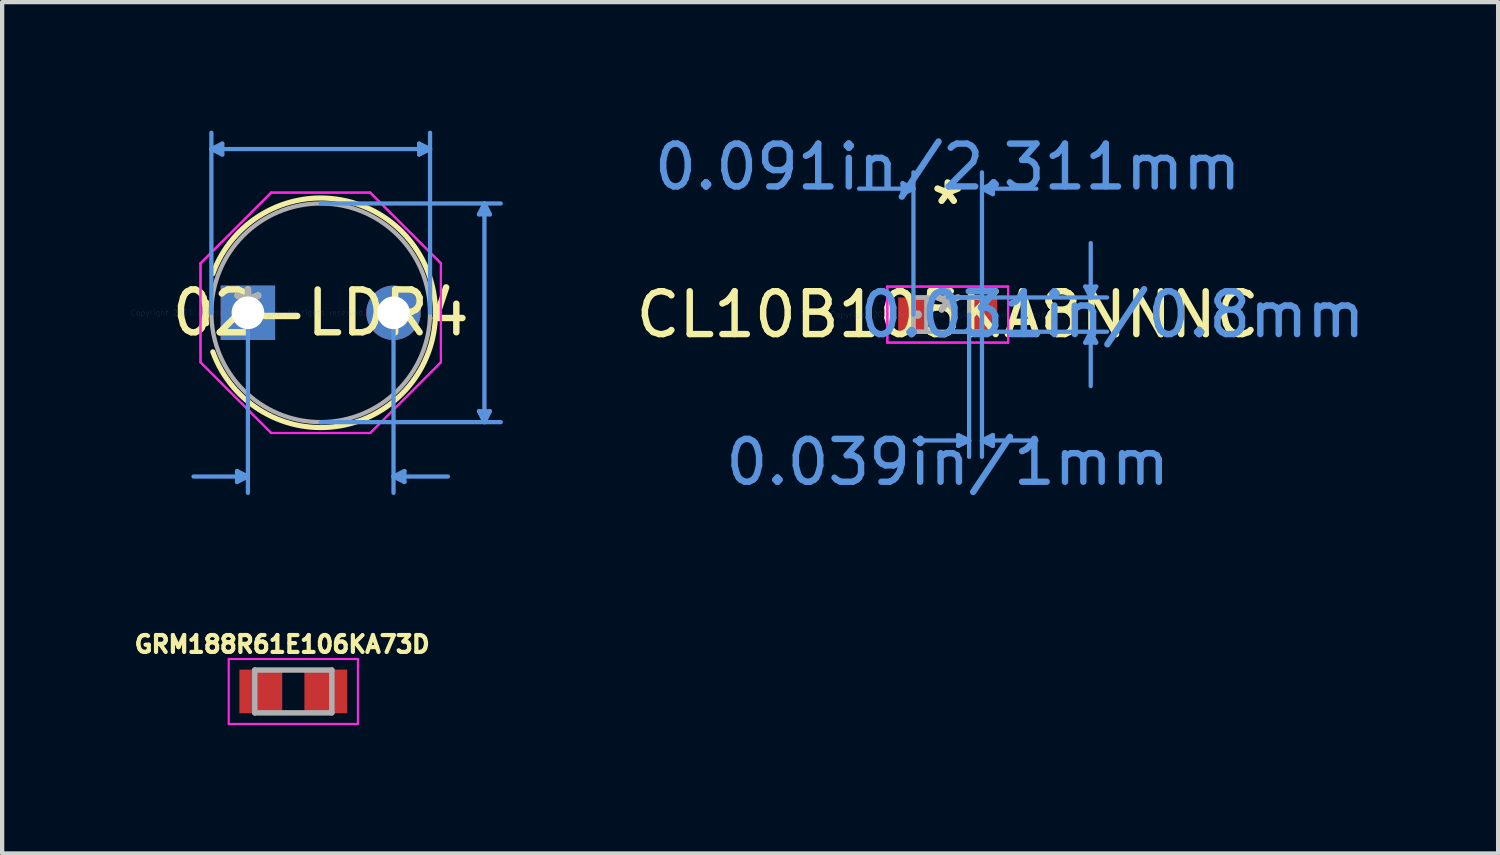
<source format=kicad_pcb>
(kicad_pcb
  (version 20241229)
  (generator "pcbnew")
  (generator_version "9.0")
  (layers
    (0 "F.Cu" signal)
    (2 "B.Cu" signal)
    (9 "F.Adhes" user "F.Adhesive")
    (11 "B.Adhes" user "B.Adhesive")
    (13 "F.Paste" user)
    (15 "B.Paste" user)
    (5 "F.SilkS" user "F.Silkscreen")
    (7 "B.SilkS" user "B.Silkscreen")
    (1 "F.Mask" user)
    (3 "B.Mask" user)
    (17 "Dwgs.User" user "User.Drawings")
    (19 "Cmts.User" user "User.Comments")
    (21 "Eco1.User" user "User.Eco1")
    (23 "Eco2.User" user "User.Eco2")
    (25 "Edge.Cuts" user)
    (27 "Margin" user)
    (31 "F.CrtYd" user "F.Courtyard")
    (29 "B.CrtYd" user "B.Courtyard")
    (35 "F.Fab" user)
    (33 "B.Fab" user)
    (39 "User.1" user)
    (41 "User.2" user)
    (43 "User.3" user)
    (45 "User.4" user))
  (footprint "02-LDR4"
    (layer "F.Cu")
    (at 2.739 4.254)
    (property "Reference" "02-LDR4" (at 1.7 0 0) (layer "F.SilkS") (effects (font (size 1 1) (thickness 0.15))))
    (attr through_hole)
    (fp_arc (start -0.96774 0.252887) (mid -0.979699 -0.000001) (end -0.96774 -0.25289) (stroke (width 0.12) (type solid)) (layer "F.SilkS"))
    (fp_arc (start -0.819851 -0.911671) (mid 2.162789 -2.639435) (end 4.3797 0) (stroke (width 0.12) (type solid)) (layer "F.SilkS"))
    (fp_arc (start 4.379699 -0.000001) (mid 2.16279 2.639434) (end -0.81985 0.911671) (stroke (width 0.12) (type solid)) (layer "F.SilkS"))
    (fp_line (start -0.853 -3.823) (end -0.599 -3.95) (stroke (width 0.1) (type solid)) (layer "Cmts.User"))
    (fp_line (start -0.853 -3.823) (end -0.599 -3.696) (stroke (width 0.1) (type solid)) (layer "Cmts.User"))
    (fp_line (start -0.853 -3.823) (end 4.253 -3.823) (stroke (width 0.1) (type solid)) (layer "Cmts.User"))
    (fp_line (start -0.853 0) (end -0.853 -4.204) (stroke (width 0.1) (type solid)) (layer "Cmts.User"))
    (fp_line (start -0.599 -3.95) (end -0.599 -3.696) (stroke (width 0.1) (type solid)) (layer "Cmts.User"))
    (fp_line (start -0.254 3.696) (end -0.254 3.95) (stroke (width 0.1) (type solid)) (layer "Cmts.User"))
    (fp_line (start 0 0) (end 0 4.204) (stroke (width 0.1) (type solid)) (layer "Cmts.User"))
    (fp_line (start 0 3.823) (end -1.27 3.823) (stroke (width 0.1) (type solid)) (layer "Cmts.User"))
    (fp_line (start 0 3.823) (end -0.254 3.696) (stroke (width 0.1) (type solid)) (layer "Cmts.User"))
    (fp_line (start 0 3.823) (end -0.254 3.95) (stroke (width 0.1) (type solid)) (layer "Cmts.User"))
    (fp_line (start 1.7 -2.553) (end 5.904 -2.553) (stroke (width 0.1) (type solid)) (layer "Cmts.User"))
    (fp_line (start 1.7 2.553) (end 5.904 2.553) (stroke (width 0.1) (type solid)) (layer "Cmts.User"))
    (fp_line (start 3.4 0) (end 3.4 4.204) (stroke (width 0.1) (type solid)) (layer "Cmts.User"))
    (fp_line (start 3.4 3.823) (end 3.654 3.696) (stroke (width 0.1) (type solid)) (layer "Cmts.User"))
    (fp_line (start 3.4 3.823) (end 3.654 3.95) (stroke (width 0.1) (type solid)) (layer "Cmts.User"))
    (fp_line (start 3.4 3.823) (end 4.67 3.823) (stroke (width 0.1) (type solid)) (layer "Cmts.User"))
    (fp_line (start 3.654 3.696) (end 3.654 3.95) (stroke (width 0.1) (type solid)) (layer "Cmts.User"))
    (fp_line (start 3.999 -3.95) (end 3.999 -3.696) (stroke (width 0.1) (type solid)) (layer "Cmts.User"))
    (fp_line (start 4.253 -3.823) (end 3.999 -3.95) (stroke (width 0.1) (type solid)) (layer "Cmts.User"))
    (fp_line (start 4.253 -3.823) (end 3.999 -3.696) (stroke (width 0.1) (type solid)) (layer "Cmts.User"))
    (fp_line (start 4.253 0) (end 4.253 -4.204) (stroke (width 0.1) (type solid)) (layer "Cmts.User"))
    (fp_line (start 5.396 -2.299) (end 5.65 -2.299) (stroke (width 0.1) (type solid)) (layer "Cmts.User"))
    (fp_line (start 5.396 2.299) (end 5.65 2.299) (stroke (width 0.1) (type solid)) (layer "Cmts.User"))
    (fp_line (start 5.523 -2.553) (end 5.396 -2.299) (stroke (width 0.1) (type solid)) (layer "Cmts.User"))
    (fp_line (start 5.523 -2.553) (end 5.523 2.553) (stroke (width 0.1) (type solid)) (layer "Cmts.User"))
    (fp_line (start 5.523 -2.553) (end 5.65 -2.299) (stroke (width 0.1) (type solid)) (layer "Cmts.User"))
    (fp_line (start 5.523 2.553) (end 5.396 2.299) (stroke (width 0.1) (type solid)) (layer "Cmts.User"))
    (fp_line (start 5.523 2.553) (end 5.65 2.299) (stroke (width 0.1) (type solid)) (layer "Cmts.User"))
    (fp_line (start -1.107 -1.156) (end 0.544 -2.807) (stroke (width 0.05) (type solid)) (layer "F.CrtYd"))
    (fp_line (start -1.107 -1.156) (end 0.544 -2.807) (stroke (width 0.05) (type solid)) (layer "F.CrtYd"))
    (fp_line (start -1.107 1.156) (end -1.107 -1.156) (stroke (width 0.05) (type solid)) (layer "F.CrtYd"))
    (fp_line (start -1.107 1.156) (end -1.107 -1.156) (stroke (width 0.05) (type solid)) (layer "F.CrtYd"))
    (fp_line (start 0.544 -2.807) (end 2.856 -2.807) (stroke (width 0.05) (type solid)) (layer "F.CrtYd"))
    (fp_line (start 0.544 -2.807) (end 2.856 -2.807) (stroke (width 0.05) (type solid)) (layer "F.CrtYd"))
    (fp_line (start 0.544 2.807) (end -1.107 1.156) (stroke (width 0.05) (type solid)) (layer "F.CrtYd"))
    (fp_line (start 0.544 2.807) (end -1.107 1.156) (stroke (width 0.05) (type solid)) (layer "F.CrtYd"))
    (fp_line (start 2.856 -2.807) (end 4.507 -1.156) (stroke (width 0.05) (type solid)) (layer "F.CrtYd"))
    (fp_line (start 2.856 -2.807) (end 4.507 -1.156) (stroke (width 0.05) (type solid)) (layer "F.CrtYd"))
    (fp_line (start 2.856 2.807) (end 0.544 2.807) (stroke (width 0.05) (type solid)) (layer "F.CrtYd"))
    (fp_line (start 2.856 2.807) (end 0.544 2.807) (stroke (width 0.05) (type solid)) (layer "F.CrtYd"))
    (fp_line (start 4.507 -1.156) (end 4.507 1.156) (stroke (width 0.05) (type solid)) (layer "F.CrtYd"))
    (fp_line (start 4.507 -1.156) (end 4.507 1.156) (stroke (width 0.05) (type solid)) (layer "F.CrtYd"))
    (fp_line (start 4.507 1.156) (end 2.856 2.807) (stroke (width 0.05) (type solid)) (layer "F.CrtYd"))
    (fp_line (start 4.507 1.156) (end 2.856 2.807) (stroke (width 0.05) (type solid)) (layer "F.CrtYd"))
    (fp_circle (center 1.7 0) (end 4.253 0) (stroke (width 0.1) (type solid)) (fill no) (layer "F.Fab"))
    (fp_text user "*" (at 0 0 0) (layer "F.SilkS") (effects (font (size 1 1) (thickness 0.15))))
    (fp_text user "Copyright 2021 Accelerated Designs. All rights reserved." (at 0 0 0) (layer "Cmts.User") (effects (font (size 0.127 0.127) (thickness 0.002))))
    (fp_text user "*" (at 0 0 0) (layer "F.Fab") (effects (font (size 1 1) (thickness 0.15))))
    (pad "1" thru_hole rect (at 0 0) (size 1.27 1.27) (drill 0.762) (layers "*.Cu" "*.Mask"))
    (pad "2" thru_hole circle (at 3.4 0) (size 1.27 1.27) (drill 0.762) (layers "*.Cu" "*.Mask")))
  (footprint "GRM188R61E106KA73D"
    (layer "F.Cu")
    (at 3.799 13.096)
    (property "Reference" "GRM188R61E106KA73D" (at -0.26 -1.1 0) (layer "F.SilkS") (effects (font (size 0.394 0.394) (thickness 0.15))))
    (attr through_hole)
    (fp_line (start -1.508 -0.758) (end 1.508 -0.758) (stroke (width 0.05) (type solid)) (layer "F.CrtYd"))
    (fp_line (start -1.508 0.758) (end -1.508 -0.758) (stroke (width 0.05) (type solid)) (layer "F.CrtYd"))
    (fp_line (start -1.508 0.758) (end 1.508 0.758) (stroke (width 0.05) (type solid)) (layer "F.CrtYd"))
    (fp_line (start 1.508 0.758) (end 1.508 -0.758) (stroke (width 0.05) (type solid)) (layer "F.CrtYd"))
    (fp_line (start -0.9 0.5) (end -0.9 -0.5) (stroke (width 0.127) (type solid)) (layer "F.Fab"))
    (fp_line (start 0.9 -0.5) (end -0.9 -0.5) (stroke (width 0.127) (type solid)) (layer "F.Fab"))
    (fp_line (start 0.9 0.5) (end -0.9 0.5) (stroke (width 0.127) (type solid)) (layer "F.Fab"))
    (fp_line (start 0.9 0.5) (end 0.9 -0.5) (stroke (width 0.127) (type solid)) (layer "F.Fab"))
    (pad "1" smd rect (at -0.759 0) (size 1 1.02) (layers "F.Cu" "F.Mask" "F.Paste"))
    (pad "2" smd rect (at 0.759 0) (size 1 1.02) (layers "F.Cu" "F.Mask" "F.Paste")))
  (footprint "CL10B105KA8NNNC"
    (layer "F.Cu")
    (at 19.08 4.296)
    (property "Reference" "CL10B105KA8NNNC" (at 0 0 0) (layer "F.SilkS") (effects (font (size 1 1) (thickness 0.15))))
    (attr through_hole)
    (fp_line (start -1.054 -3.067) (end -1.054 -2.813) (stroke (width 0.1) (type solid)) (layer "Cmts.User"))
    (fp_line (start -0.8 -2.94) (end -2.07 -2.94) (stroke (width 0.1) (type solid)) (layer "Cmts.User"))
    (fp_line (start -0.8 -2.94) (end -1.054 -3.067) (stroke (width 0.1) (type solid)) (layer "Cmts.User"))
    (fp_line (start -0.8 -2.94) (end -1.054 -2.813) (stroke (width 0.1) (type solid)) (layer "Cmts.User"))
    (fp_line (start -0.8 0) (end -0.8 -3.321) (stroke (width 0.1) (type solid)) (layer "Cmts.User"))
    (fp_line (start 0 -0.4) (end 3.721 -0.4) (stroke (width 0.1) (type solid)) (layer "Cmts.User"))
    (fp_line (start 0 0.4) (end 3.721 0.4) (stroke (width 0.1) (type solid)) (layer "Cmts.User"))
    (fp_line (start 0.246 2.813) (end 0.246 3.067) (stroke (width 0.1) (type solid)) (layer "Cmts.User"))
    (fp_line (start 0.5 0) (end 0.5 3.321) (stroke (width 0.1) (type solid)) (layer "Cmts.User"))
    (fp_line (start 0.5 2.94) (end -0.77 2.94) (stroke (width 0.1) (type solid)) (layer "Cmts.User"))
    (fp_line (start 0.5 2.94) (end 0.246 2.813) (stroke (width 0.1) (type solid)) (layer "Cmts.User"))
    (fp_line (start 0.5 2.94) (end 0.246 3.067) (stroke (width 0.1) (type solid)) (layer "Cmts.User"))
    (fp_line (start 0.8 -2.94) (end 1.054 -3.067) (stroke (width 0.1) (type solid)) (layer "Cmts.User"))
    (fp_line (start 0.8 -2.94) (end 1.054 -2.813) (stroke (width 0.1) (type solid)) (layer "Cmts.User"))
    (fp_line (start 0.8 -2.94) (end 2.07 -2.94) (stroke (width 0.1) (type solid)) (layer "Cmts.User"))
    (fp_line (start 0.8 0) (end 0.8 -3.321) (stroke (width 0.1) (type solid)) (layer "Cmts.User"))
    (fp_line (start 0.8 0) (end 0.8 3.321) (stroke (width 0.1) (type solid)) (layer "Cmts.User"))
    (fp_line (start 0.8 2.94) (end 1.054 2.813) (stroke (width 0.1) (type solid)) (layer "Cmts.User"))
    (fp_line (start 0.8 2.94) (end 1.054 3.067) (stroke (width 0.1) (type solid)) (layer "Cmts.User"))
    (fp_line (start 0.8 2.94) (end 2.07 2.94) (stroke (width 0.1) (type solid)) (layer "Cmts.User"))
    (fp_line (start 1.054 -3.067) (end 1.054 -2.813) (stroke (width 0.1) (type solid)) (layer "Cmts.User"))
    (fp_line (start 1.054 2.813) (end 1.054 3.067) (stroke (width 0.1) (type solid)) (layer "Cmts.User"))
    (fp_line (start 3.213 -0.654) (end 3.467 -0.654) (stroke (width 0.1) (type solid)) (layer "Cmts.User"))
    (fp_line (start 3.213 0.654) (end 3.467 0.654) (stroke (width 0.1) (type solid)) (layer "Cmts.User"))
    (fp_line (start 3.34 -0.4) (end 3.213 -0.654) (stroke (width 0.1) (type solid)) (layer "Cmts.User"))
    (fp_line (start 3.34 -0.4) (end 3.34 -1.67) (stroke (width 0.1) (type solid)) (layer "Cmts.User"))
    (fp_line (start 3.34 -0.4) (end 3.467 -0.654) (stroke (width 0.1) (type solid)) (layer "Cmts.User"))
    (fp_line (start 3.34 0.4) (end 3.213 0.654) (stroke (width 0.1) (type solid)) (layer "Cmts.User"))
    (fp_line (start 3.34 0.4) (end 3.34 1.67) (stroke (width 0.1) (type solid)) (layer "Cmts.User"))
    (fp_line (start 3.34 0.4) (end 3.467 0.654) (stroke (width 0.1) (type solid)) (layer "Cmts.User"))
    (fp_line (start -1.41 -0.654) (end 1.41 -0.654) (stroke (width 0.05) (type solid)) (layer "F.CrtYd"))
    (fp_line (start -1.41 -0.654) (end 1.41 -0.654) (stroke (width 0.05) (type solid)) (layer "F.CrtYd"))
    (fp_line (start -1.41 0.654) (end -1.41 -0.654) (stroke (width 0.05) (type solid)) (layer "F.CrtYd"))
    (fp_line (start -1.41 0.654) (end -1.41 -0.654) (stroke (width 0.05) (type solid)) (layer "F.CrtYd"))
    (fp_line (start 1.41 -0.654) (end 1.41 0.654) (stroke (width 0.05) (type solid)) (layer "F.CrtYd"))
    (fp_line (start 1.41 -0.654) (end 1.41 0.654) (stroke (width 0.05) (type solid)) (layer "F.CrtYd"))
    (fp_line (start 1.41 0.654) (end -1.41 0.654) (stroke (width 0.05) (type solid)) (layer "F.CrtYd"))
    (fp_line (start 1.41 0.654) (end -1.41 0.654) (stroke (width 0.05) (type solid)) (layer "F.CrtYd"))
    (fp_line (start -0.8 -0.4) (end -0.8 0.4) (stroke (width 0.1) (type solid)) (layer "F.Fab"))
    (fp_line (start -0.8 -0.4) (end -0.8 0.4) (stroke (width 0.1) (type solid)) (layer "F.Fab"))
    (fp_line (start -0.8 0.4) (end -0.5 0.4) (stroke (width 0.1) (type solid)) (layer "F.Fab"))
    (fp_line (start -0.8 0.4) (end 0.8 0.4) (stroke (width 0.1) (type solid)) (layer "F.Fab"))
    (fp_line (start -0.5 -0.4) (end -0.8 -0.4) (stroke (width 0.1) (type solid)) (layer "F.Fab"))
    (fp_line (start -0.5 0.4) (end -0.5 -0.4) (stroke (width 0.1) (type solid)) (layer "F.Fab"))
    (fp_line (start 0.5 -0.4) (end 0.5 0.4) (stroke (width 0.1) (type solid)) (layer "F.Fab"))
    (fp_line (start 0.5 0.4) (end 0.8 0.4) (stroke (width 0.1) (type solid)) (layer "F.Fab"))
    (fp_line (start 0.8 -0.4) (end -0.8 -0.4) (stroke (width 0.1) (type solid)) (layer "F.Fab"))
    (fp_line (start 0.8 -0.4) (end 0.5 -0.4) (stroke (width 0.1) (type solid)) (layer "F.Fab"))
    (fp_line (start 0.8 0.4) (end 0.8 -0.4) (stroke (width 0.1) (type solid)) (layer "F.Fab"))
    (fp_line (start 0.8 0.4) (end 0.8 -0.4) (stroke (width 0.1) (type solid)) (layer "F.Fab"))
    (fp_circle (center -0.701 0) (end -0.701 0) (stroke (width 0.1) (type solid)) (fill no) (layer "F.Fab"))
    (fp_text user "*" (at 0 -2.54 0) (layer "F.SilkS") (effects (font (size 1 1) (thickness 0.15))))
    (fp_text user "0.039in/1mm" (at 0 3.448 0) (layer "Cmts.User") (effects (font (size 1 1) (thickness 0.15))))
    (fp_text user "0.091in/2.311mm" (at 0 -3.448 0) (layer "Cmts.User") (effects (font (size 1 1) (thickness 0.15))))
    (fp_text user "Copyright 2021 Accelerated Designs. All rights reserved." (at 0 0 0) (layer "Cmts.User") (effects (font (size 0.127 0.127) (thickness 0.002))))
    (fp_text user "0.031in/0.8mm" (at 3.848 0 0) (layer "Cmts.User") (effects (font (size 1 1) (thickness 0.15))))
    (fp_text user "*" (at 0 0 0) (layer "F.Fab") (effects (font (size 1 1) (thickness 0.15))))
    (pad "1" smd rect (at -0.828 0) (size 0.656 0.8) (layers "F.Cu" "F.Mask" "F.Paste"))
    (pad "2" smd rect (at 0.828 0) (size 0.656 0.8) (layers "F.Cu" "F.Mask" "F.Paste")))
  (gr_rect
    (start -3 -3)
    (end 31.933 16.879)
    (stroke (width 0.1) (type default))
    (fill no)
    (layer "Edge.Cuts")))
</source>
